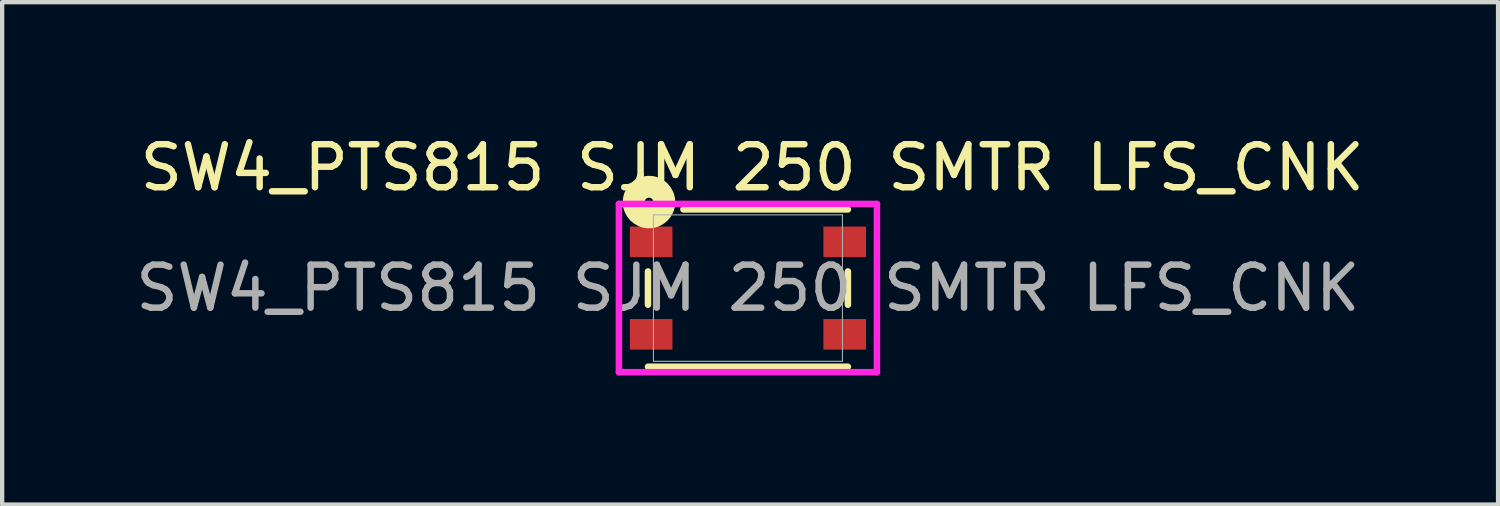
<source format=kicad_pcb>
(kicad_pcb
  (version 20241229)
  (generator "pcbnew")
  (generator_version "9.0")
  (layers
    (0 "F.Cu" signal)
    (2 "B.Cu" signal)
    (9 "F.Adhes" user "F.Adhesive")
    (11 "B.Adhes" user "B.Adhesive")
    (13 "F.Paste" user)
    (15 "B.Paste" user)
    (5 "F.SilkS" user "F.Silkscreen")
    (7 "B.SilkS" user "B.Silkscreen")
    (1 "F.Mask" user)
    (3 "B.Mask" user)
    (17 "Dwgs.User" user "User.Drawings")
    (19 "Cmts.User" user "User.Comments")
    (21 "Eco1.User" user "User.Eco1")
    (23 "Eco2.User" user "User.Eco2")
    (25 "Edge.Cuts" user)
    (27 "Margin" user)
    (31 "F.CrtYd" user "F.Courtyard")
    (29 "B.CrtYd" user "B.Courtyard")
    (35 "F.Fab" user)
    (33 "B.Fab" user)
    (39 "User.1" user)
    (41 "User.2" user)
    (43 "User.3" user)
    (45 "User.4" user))
  (footprint "SW4_PTS815 SJM 250 SMTR LFS_CNK"
    (layer "F.Cu")
    (at 14.339 3.648)
    (property "Reference" "SW4_PTS815 SJM 250 SMTR LFS_CNK" (at 0.1 -2.8 0) (unlocked yes) (layer "F.SilkS") (effects (font (size 1 1) (thickness 0.15))))
    (attr smd)
    (fp_line (start -2.324 -0.387) (end -2.324 0.387) (stroke (width 0.152) (type solid)) (layer "F.SilkS"))
    (fp_line (start -2.324 1.829) (end 2.324 1.829) (stroke (width 0.152) (type solid)) (layer "F.SilkS"))
    (fp_line (start 2.324 -1.829) (end -1.5 -1.829) (stroke (width 0.152) (type solid)) (layer "F.SilkS"))
    (fp_line (start 2.324 0.387) (end 2.324 -0.387) (stroke (width 0.152) (type solid)) (layer "F.SilkS"))
    (fp_circle (center -2.3 -2) (end -2.198 -2) (stroke (width 0.508) (type solid)) (fill no) (layer "F.SilkS"))
    (fp_line (start -2.999 -1.956) (end -2.999 1.956) (stroke (width 0.152) (type solid)) (layer "F.CrtYd"))
    (fp_line (start -2.999 1.956) (end 2.999 1.956) (stroke (width 0.152) (type solid)) (layer "F.CrtYd"))
    (fp_line (start 2.999 -1.956) (end -2.999 -1.956) (stroke (width 0.152) (type solid)) (layer "F.CrtYd"))
    (fp_line (start 2.999 1.956) (end 2.999 -1.956) (stroke (width 0.152) (type solid)) (layer "F.CrtYd"))
    (fp_line (start -2.197 -1.702) (end -2.197 1.702) (stroke (width 0.025) (type solid)) (layer "F.Fab"))
    (fp_line (start -2.197 1.702) (end 2.197 1.702) (stroke (width 0.025) (type solid)) (layer "F.Fab"))
    (fp_line (start 2.197 -1.702) (end -2.197 -1.702) (stroke (width 0.025) (type solid)) (layer "F.Fab"))
    (fp_line (start 2.197 1.702) (end 2.197 -1.702) (stroke (width 0.025) (type solid)) (layer "F.Fab"))
    (fp_text user "${REFERENCE}" (at 0 0 0) (unlocked yes) (layer "F.Fab") (effects (font (size 1 1) (thickness 0.15))))
    (pad "1" smd rect (at -2.25 -1.075) (size 0.991 0.711) (layers "F.Cu" "F.Mask" "F.Paste"))
    (pad "2" smd rect (at -2.25 1.075) (size 0.991 0.711) (layers "F.Cu" "F.Mask" "F.Paste"))
    (pad "3" smd rect (at 2.25 -1.075) (size 0.991 0.711) (layers "F.Cu" "F.Mask" "F.Paste"))
    (pad "4" smd rect (at 2.25 1.075) (size 0.991 0.711) (layers "F.Cu" "F.Mask" "F.Paste")))
  (gr_rect
    (start -3 -3)
    (end 31.779 8.68)
    (stroke (width 0.1) (type default))
    (fill no)
    (layer "Edge.Cuts")))
</source>
